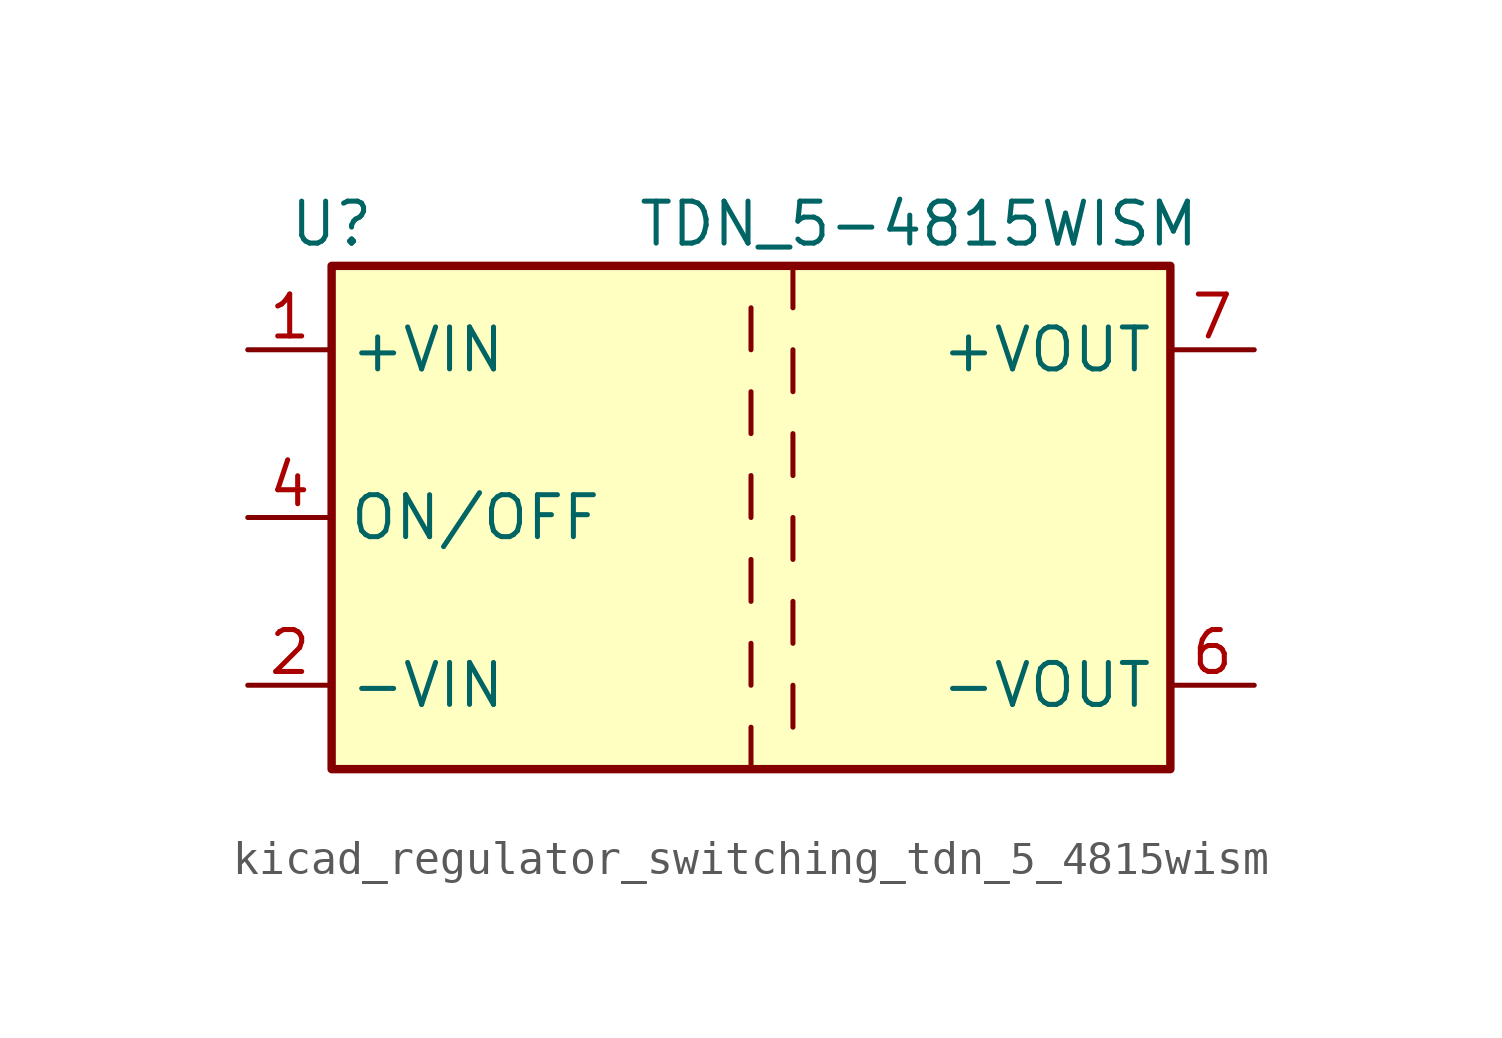
<source format=kicad_sym>
(kicad_symbol_lib
  (version 20220914)
  (generator kicad_symbol_editor)
  (symbol "kicad_regulator_switching_tdn_5_4815wism"
    (property "Reference" "U"
      (at -12.7 8.89 0)
      (effects (font (size 1.27 1.27))))
    (property "Value" "TDN_5-4815WISM"
      (at 5.08 8.89 0)
      (effects (font (size 1.27 1.27))))
    (symbol "kicad_regulator_switching_tdn_5_4815wism_0_1"
      (rectangle (start -12.7 7.62) (end 12.7 -7.62) (stroke (width 0.254) (type default)) (fill (type background))))
    (symbol "kicad_regulator_switching_tdn_5_4815wism_1_1"
      (polyline (pts (xy 0 -6.35) (xy 0 -7.62)) (stroke (width 0) (type default)) (fill (type none)))
      (polyline (pts (xy 0 -3.81) (xy 0 -5.08)) (stroke (width 0) (type default)) (fill (type none)))
      (polyline (pts (xy 0 -1.27) (xy 0 -2.54)) (stroke (width 0) (type default)) (fill (type none)))
      (polyline (pts (xy 0 1.27) (xy 0 0)) (stroke (width 0) (type default)) (fill (type none)))
      (polyline (pts (xy 0 3.81) (xy 0 2.54)) (stroke (width 0) (type default)) (fill (type none)))
      (polyline (pts (xy 0 6.35) (xy 0 5.08)) (stroke (width 0) (type default)) (fill (type none)))
      (polyline (pts (xy 1.27 -5.08) (xy 1.27 -6.35)) (stroke (width 0) (type default)) (fill (type none)))
      (polyline (pts (xy 1.27 -2.54) (xy 1.27 -3.81)) (stroke (width 0) (type default)) (fill (type none)))
      (polyline (pts (xy 1.27 0) (xy 1.27 -1.27)) (stroke (width 0) (type default)) (fill (type none)))
      (polyline (pts (xy 1.27 2.54) (xy 1.27 1.27)) (stroke (width 0) (type default)) (fill (type none)))
      (polyline (pts (xy 1.27 5.08) (xy 1.27 3.81)) (stroke (width 0) (type default)) (fill (type none)))
      (polyline (pts (xy 1.27 7.62) (xy 1.27 6.35)) (stroke (width 0) (type default)) (fill (type none)))
      (pin power_in line (at -15.24 5.08 0) (length 2.54) (name "+VIN" (effects (font (size 1.27 1.27)))) (number "1" (effects (font (size 1.27 1.27)))))
      (pin power_in line (at -15.24 -5.08 0) (length 2.54) (name "-VIN" (effects (font (size 1.27 1.27)))) (number "2" (effects (font (size 1.27 1.27)))))
      (pin input line (at -15.24 0 0) (length 2.54) (name "ON/OFF" (effects (font (size 1.27 1.27)))) (number "4" (effects (font (size 1.27 1.27)))))
      (pin no_connect line (at 12.7 2.54 180) (length 2.54) hide (name "NC" (effects (font (size 1.27 1.27)))) (number "5" (effects (font (size 1.27 1.27)))))
      (pin power_out line (at 15.24 -5.08 180) (length 2.54) (name "-VOUT" (effects (font (size 1.27 1.27)))) (number "6" (effects (font (size 1.27 1.27)))))
      (pin power_out line (at 15.24 5.08 180) (length 2.54) (name "+VOUT" (effects (font (size 1.27 1.27)))) (number "7" (effects (font (size 1.27 1.27))))))))
</source>
